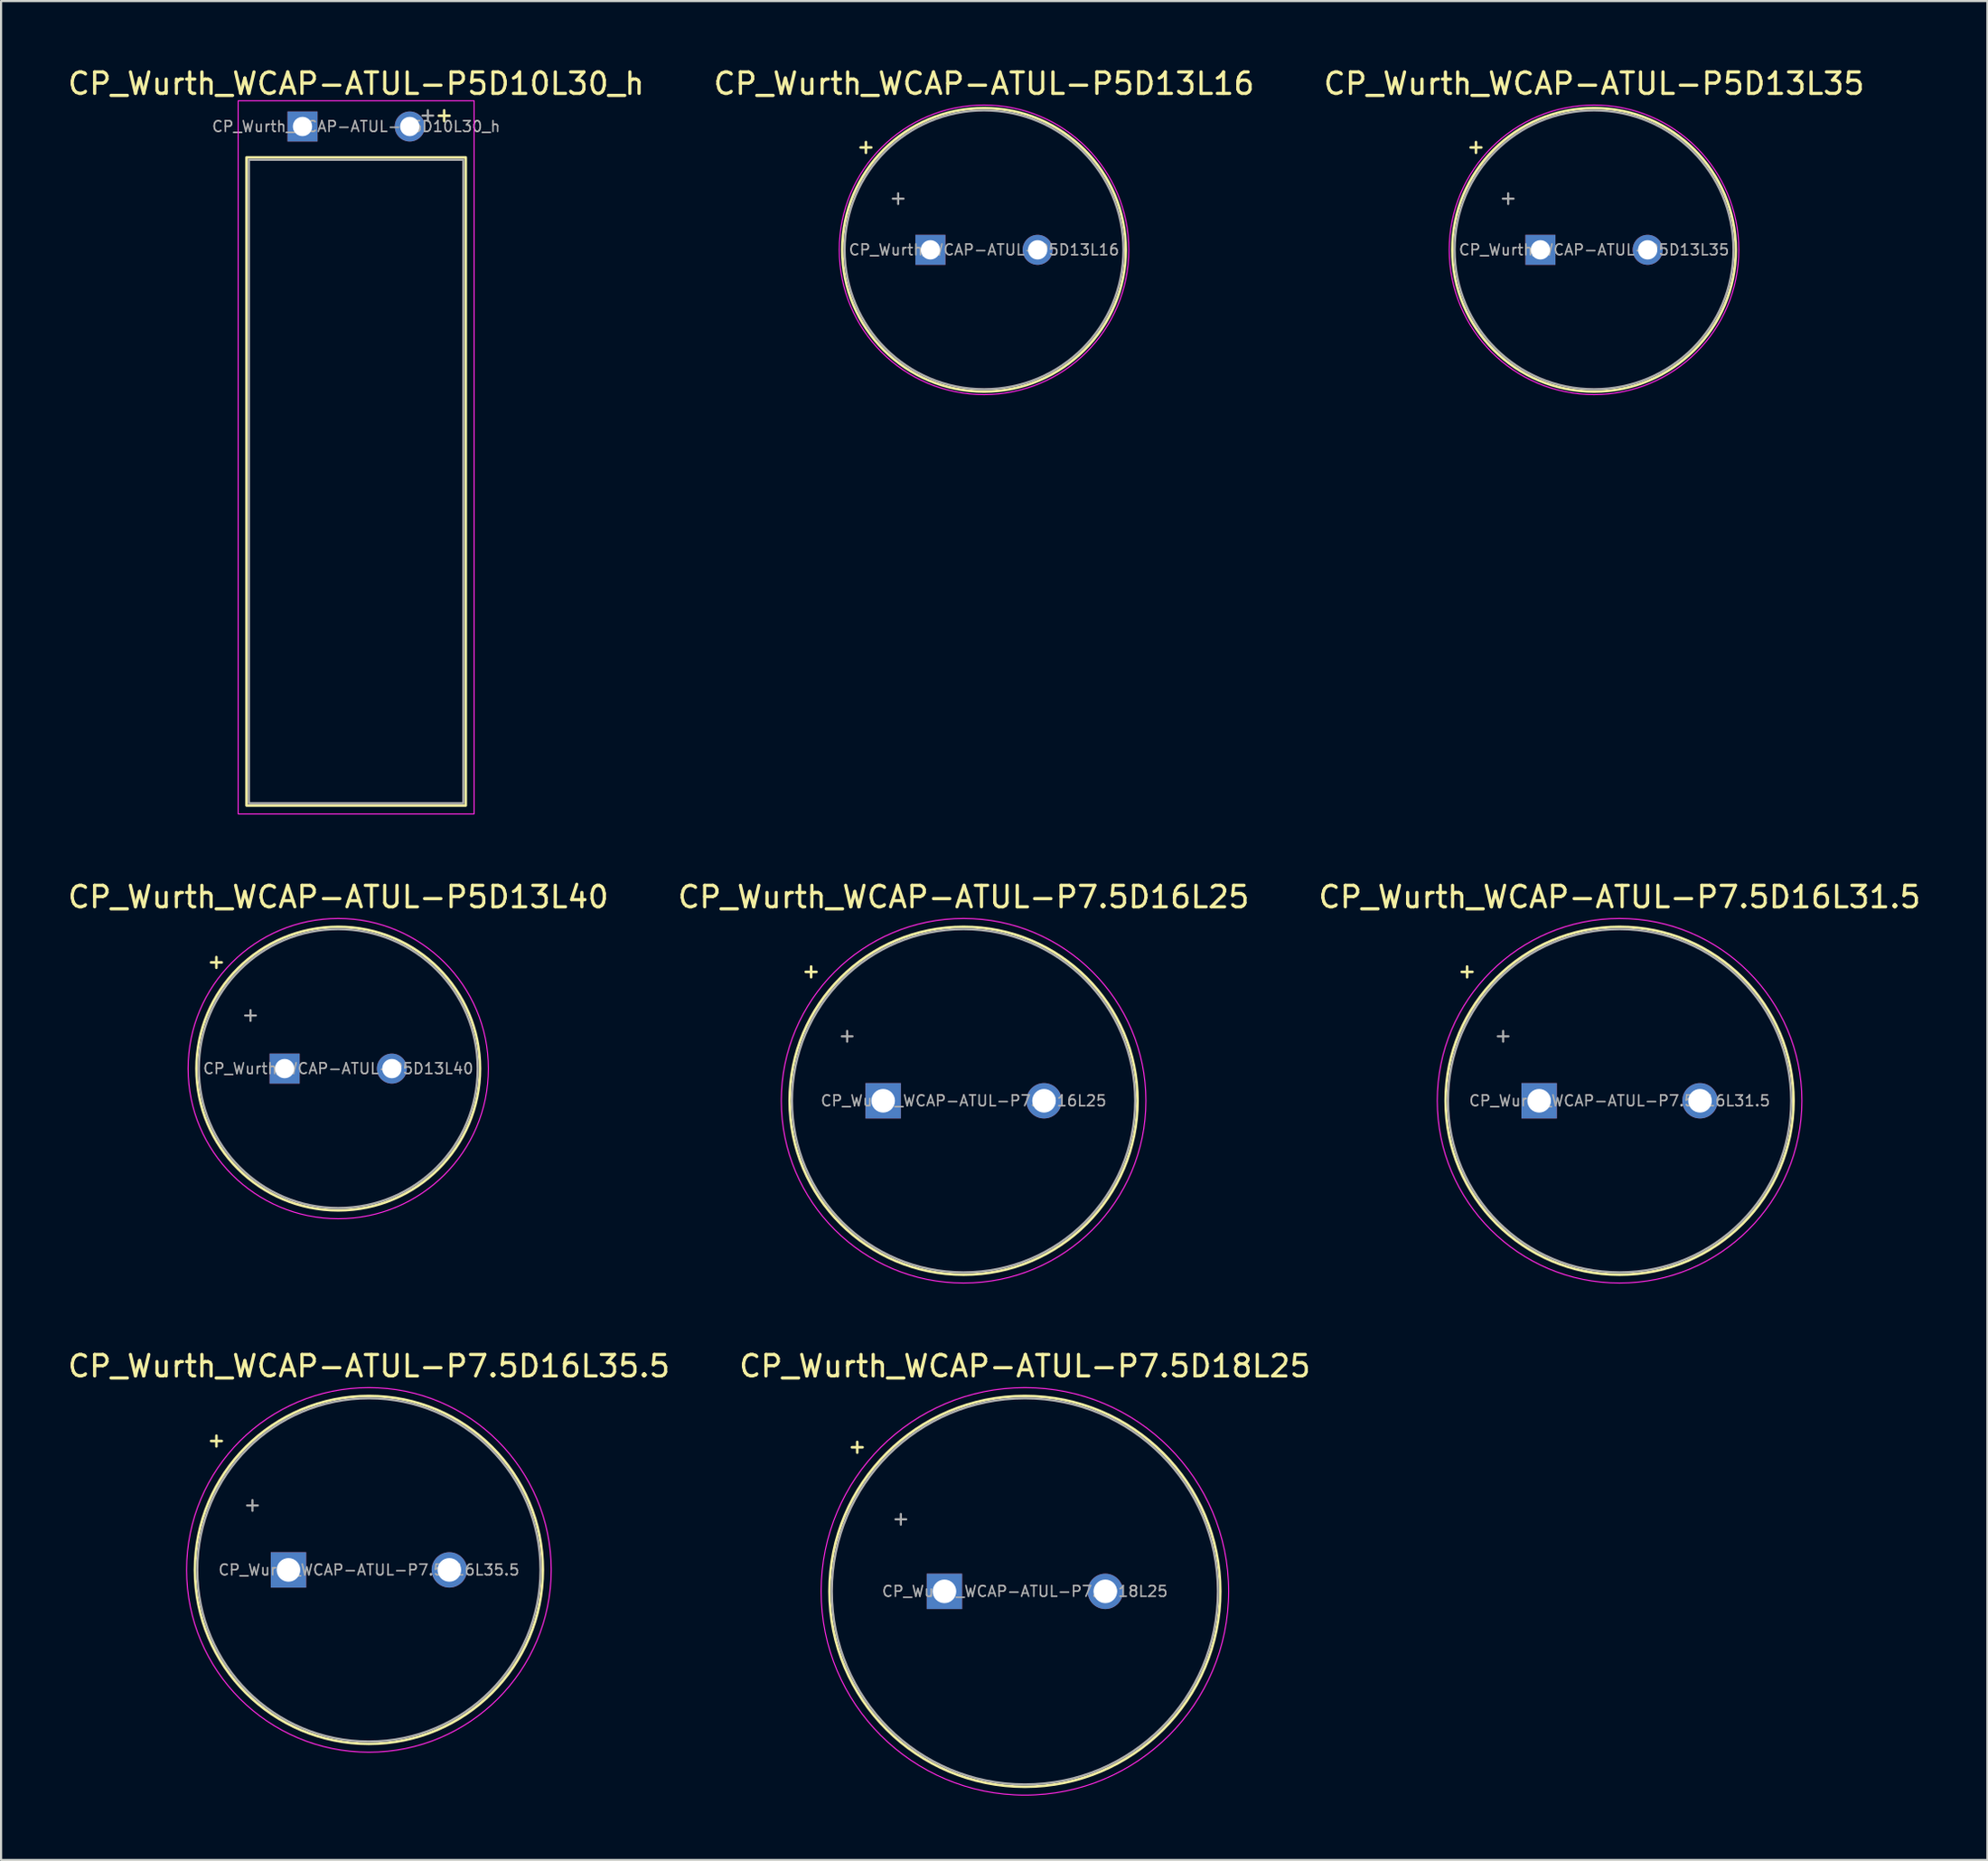
<source format=kicad_pcb>
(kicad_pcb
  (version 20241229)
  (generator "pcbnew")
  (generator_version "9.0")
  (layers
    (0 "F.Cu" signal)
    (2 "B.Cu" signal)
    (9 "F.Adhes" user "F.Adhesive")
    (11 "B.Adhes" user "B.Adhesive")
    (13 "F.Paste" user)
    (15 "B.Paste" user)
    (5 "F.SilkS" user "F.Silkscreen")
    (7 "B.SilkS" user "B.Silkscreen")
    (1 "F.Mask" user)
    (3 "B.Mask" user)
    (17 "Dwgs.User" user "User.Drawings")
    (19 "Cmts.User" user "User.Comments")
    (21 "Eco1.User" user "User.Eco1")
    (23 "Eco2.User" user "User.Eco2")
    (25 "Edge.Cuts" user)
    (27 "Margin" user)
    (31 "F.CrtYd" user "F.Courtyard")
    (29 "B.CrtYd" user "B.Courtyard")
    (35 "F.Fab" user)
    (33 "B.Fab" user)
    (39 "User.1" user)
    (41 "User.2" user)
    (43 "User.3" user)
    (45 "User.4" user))
  (footprint "CP_Wurth_WCAP-ATUL-P7.5D18L25"
    (layer "F.Cu")
    (at 40.982 71.145)
    (property "Reference" "CP_Wurth_WCAP-ATUL-P7.5D18L25" (at 3.75 -10.5 0) (unlocked yes) (layer "F.SilkS") (effects (font (size 1 1) (thickness 0.15))))
    (attr through_hole)
    (fp_line (start -4.316 -6.718) (end -3.816 -6.718) (stroke (width 0.12) (type solid)) (layer "F.SilkS"))
    (fp_line (start -4.066 -6.468) (end -4.066 -6.968) (stroke (width 0.12) (type solid)) (layer "F.SilkS"))
    (fp_circle (center 3.75 0) (end 12.86 0) (stroke (width 0.12) (type solid)) (fill no) (layer "F.SilkS"))
    (fp_circle (center 3.75 0) (end 13.25 0) (stroke (width 0.05) (type solid)) (fill no) (layer "F.CrtYd"))
    (fp_line (start -2.283 -3.359) (end -1.783 -3.359) (stroke (width 0.1) (type default)) (layer "F.Fab"))
    (fp_line (start -2.033 -3.109) (end -2.033 -3.609) (stroke (width 0.1) (type default)) (layer "F.Fab"))
    (fp_circle (center 3.75 0) (end 12.75 0) (stroke (width 0.1) (type solid)) (fill no) (layer "F.Fab"))
    (fp_text user "${REFERENCE}" (at 3.75 0 0) (unlocked yes) (layer "F.Fab") (effects (font (size 0.5 0.5) (thickness 0.075))))
    (pad "1" thru_hole rect (at 0 0) (size 1.65 1.65) (drill 1.1) (layers "*.Cu" "*.Mask"))
    (pad "2" thru_hole circle (at 7.5 0) (size 1.65 1.65) (drill 1.1) (layers "*.Cu" "*.Mask")))
  (footprint "CP_Wurth_WCAP-ATUL-P7.5D16L31.5"
    (layer "F.Cu")
    (at 68.708 48.272)
    (property "Reference" "CP_Wurth_WCAP-ATUL-P7.5D16L31.5" (at 3.75 -9.5 0) (unlocked yes) (layer "F.SilkS") (effects (font (size 1 1) (thickness 0.15))))
    (attr through_hole)
    (fp_line (start -3.609 -6.01) (end -3.109 -6.01) (stroke (width 0.12) (type solid)) (layer "F.SilkS"))
    (fp_line (start -3.359 -5.76) (end -3.359 -6.26) (stroke (width 0.12) (type solid)) (layer "F.SilkS"))
    (fp_circle (center 3.75 0) (end 11.86 0) (stroke (width 0.12) (type solid)) (fill no) (layer "F.SilkS"))
    (fp_circle (center 3.75 0) (end 12.25 0) (stroke (width 0.05) (type solid)) (fill no) (layer "F.CrtYd"))
    (fp_line (start -1.929 -3.005) (end -1.429 -3.005) (stroke (width 0.1) (type default)) (layer "F.Fab"))
    (fp_line (start -1.679 -2.755) (end -1.679 -3.255) (stroke (width 0.1) (type default)) (layer "F.Fab"))
    (fp_circle (center 3.75 0) (end 11.75 0) (stroke (width 0.1) (type solid)) (fill no) (layer "F.Fab"))
    (fp_text user "${REFERENCE}" (at 3.75 0 0) (unlocked yes) (layer "F.Fab") (effects (font (size 0.5 0.5) (thickness 0.075))))
    (pad "1" thru_hole rect (at 0 0) (size 1.65 1.65) (drill 1.1) (layers "*.Cu" "*.Mask"))
    (pad "2" thru_hole circle (at 7.5 0) (size 1.65 1.65) (drill 1.1) (layers "*.Cu" "*.Mask")))
  (footprint "CP_Wurth_WCAP-ATUL-P7.5D16L35.5"
    (layer "F.Cu")
    (at 10.399 70.145)
    (property "Reference" "CP_Wurth_WCAP-ATUL-P7.5D16L35.5" (at 3.75 -9.5 0) (unlocked yes) (layer "F.SilkS") (effects (font (size 1 1) (thickness 0.15))))
    (attr through_hole)
    (fp_line (start -3.609 -6.01) (end -3.109 -6.01) (stroke (width 0.12) (type solid)) (layer "F.SilkS"))
    (fp_line (start -3.359 -5.76) (end -3.359 -6.26) (stroke (width 0.12) (type solid)) (layer "F.SilkS"))
    (fp_circle (center 3.75 0) (end 11.86 0) (stroke (width 0.12) (type solid)) (fill no) (layer "F.SilkS"))
    (fp_circle (center 3.75 0) (end 12.25 0) (stroke (width 0.05) (type solid)) (fill no) (layer "F.CrtYd"))
    (fp_line (start -1.929 -3.005) (end -1.429 -3.005) (stroke (width 0.1) (type default)) (layer "F.Fab"))
    (fp_line (start -1.679 -2.755) (end -1.679 -3.255) (stroke (width 0.1) (type default)) (layer "F.Fab"))
    (fp_circle (center 3.75 0) (end 11.75 0) (stroke (width 0.1) (type solid)) (fill no) (layer "F.Fab"))
    (fp_text user "${REFERENCE}" (at 3.75 0 0) (unlocked yes) (layer "F.Fab") (effects (font (size 0.5 0.5) (thickness 0.075))))
    (pad "1" thru_hole rect (at 0 0) (size 1.65 1.65) (drill 1.1) (layers "*.Cu" "*.Mask"))
    (pad "2" thru_hole circle (at 7.5 0) (size 1.65 1.65) (drill 1.1) (layers "*.Cu" "*.Mask")))
  (footprint "CP_Wurth_WCAP-ATUL-P5D13L35"
    (layer "F.Cu")
    (at 68.768 8.598)
    (property "Reference" "CP_Wurth_WCAP-ATUL-P5D13L35" (at 2.5 -7.75 0) (unlocked yes) (layer "F.SilkS") (effects (font (size 1 1) (thickness 0.15))))
    (attr through_hole)
    (fp_line (start -3.255 -4.773) (end -2.755 -4.773) (stroke (width 0.12) (type solid)) (layer "F.SilkS"))
    (fp_line (start -3.005 -4.523) (end -3.005 -5.023) (stroke (width 0.12) (type solid)) (layer "F.SilkS"))
    (fp_circle (center 2.5 0) (end 9.11 0) (stroke (width 0.12) (type solid)) (fill no) (layer "F.SilkS"))
    (fp_circle (center 2.5 0) (end 9.25 0) (stroke (width 0.05) (type solid)) (fill no) (layer "F.CrtYd"))
    (fp_line (start -1.753 -2.386) (end -1.253 -2.386) (stroke (width 0.1) (type default)) (layer "F.Fab"))
    (fp_line (start -1.503 -2.136) (end -1.503 -2.636) (stroke (width 0.1) (type default)) (layer "F.Fab"))
    (fp_circle (center 2.5 0) (end 9 0) (stroke (width 0.1) (type solid)) (fill no) (layer "F.Fab"))
    (fp_text user "${REFERENCE}" (at 2.5 0 0) (unlocked yes) (layer "F.Fab") (effects (font (size 0.5 0.5) (thickness 0.075))))
    (pad "1" thru_hole rect (at 0 0) (size 1.4 1.4) (drill 0.9) (layers "*.Cu" "*.Mask"))
    (pad "2" thru_hole circle (at 5 0) (size 1.4 1.4) (drill 0.9) (layers "*.Cu" "*.Mask")))
  (footprint "CP_Wurth_WCAP-ATUL-P5D10L30_h"
    (layer "F.Cu")
    (at 11.054 2.848)
    (property "Reference" "CP_Wurth_WCAP-ATUL-P5D10L30_h" (at 2.5 -2 0) (unlocked yes) (layer "F.SilkS") (effects (font (size 1 1) (thickness 0.15))))
    (attr through_hole)
    (fp_line (start 6.354 -0.504) (end 6.854 -0.504) (stroke (width 0.12) (type solid)) (layer "F.SilkS"))
    (fp_line (start 6.604 -0.254) (end 6.604 -0.754) (stroke (width 0.12) (type solid)) (layer "F.SilkS"))
    (fp_rect (start -2.61 1.44) (end 7.61 31.66) (stroke (width 0.12) (type default)) (fill no) (layer "F.SilkS"))
    (fp_rect (start -3 -1.2) (end 8 32.05) (stroke (width 0.05) (type default)) (fill no) (layer "F.CrtYd"))
    (fp_line (start 5.592 -0.508) (end 6.092 -0.508) (stroke (width 0.1) (type default)) (layer "F.Fab"))
    (fp_line (start 5.842 -0.258) (end 5.842 -0.758) (stroke (width 0.1) (type default)) (layer "F.Fab"))
    (fp_rect (start -2.5 1.55) (end 7.5 31.55) (stroke (width 0.1) (type default)) (fill no) (layer "F.Fab"))
    (fp_text user "${REFERENCE}" (at 2.5 0 0) (unlocked yes) (layer "F.Fab") (effects (font (size 0.5 0.5) (thickness 0.075))))
    (pad "1" thru_hole rect (at 0 0) (size 1.4 1.4) (drill 0.9) (layers "*.Cu" "*.Mask"))
    (pad "2" thru_hole circle (at 5 0) (size 1.4 1.4) (drill 0.9) (layers "*.Cu" "*.Mask")))
  (footprint "CP_Wurth_WCAP-ATUL-P5D13L16"
    (layer "F.Cu")
    (at 40.327 8.598)
    (property "Reference" "CP_Wurth_WCAP-ATUL-P5D13L16" (at 2.5 -7.75 0) (unlocked yes) (layer "F.SilkS") (effects (font (size 1 1) (thickness 0.15))))
    (attr through_hole)
    (fp_line (start -3.255 -4.773) (end -2.755 -4.773) (stroke (width 0.12) (type solid)) (layer "F.SilkS"))
    (fp_line (start -3.005 -4.523) (end -3.005 -5.023) (stroke (width 0.12) (type solid)) (layer "F.SilkS"))
    (fp_circle (center 2.5 0) (end 9.11 0) (stroke (width 0.12) (type solid)) (fill no) (layer "F.SilkS"))
    (fp_circle (center 2.5 0) (end 9.25 0) (stroke (width 0.05) (type solid)) (fill no) (layer "F.CrtYd"))
    (fp_line (start -1.753 -2.386) (end -1.253 -2.386) (stroke (width 0.1) (type default)) (layer "F.Fab"))
    (fp_line (start -1.503 -2.136) (end -1.503 -2.636) (stroke (width 0.1) (type default)) (layer "F.Fab"))
    (fp_circle (center 2.5 0) (end 9 0) (stroke (width 0.1) (type solid)) (fill no) (layer "F.Fab"))
    (fp_text user "${REFERENCE}" (at 2.5 0 0) (unlocked yes) (layer "F.Fab") (effects (font (size 0.5 0.5) (thickness 0.075))))
    (pad "1" thru_hole rect (at 0 0) (size 1.4 1.4) (drill 0.9) (layers "*.Cu" "*.Mask"))
    (pad "2" thru_hole circle (at 5 0) (size 1.4 1.4) (drill 0.9) (layers "*.Cu" "*.Mask")))
  (footprint "CP_Wurth_WCAP-ATUL-P5D13L40"
    (layer "F.Cu")
    (at 10.22 46.772)
    (property "Reference" "CP_Wurth_WCAP-ATUL-P5D13L40" (at 2.5 -8 0) (unlocked yes) (layer "F.SilkS") (effects (font (size 1 1) (thickness 0.15))))
    (attr through_hole)
    (fp_line (start -3.432 -4.95) (end -2.932 -4.95) (stroke (width 0.12) (type solid)) (layer "F.SilkS"))
    (fp_line (start -3.182 -4.7) (end -3.182 -5.2) (stroke (width 0.12) (type solid)) (layer "F.SilkS"))
    (fp_circle (center 2.5 0) (end 9.11 0) (stroke (width 0.12) (type solid)) (fill no) (layer "F.SilkS"))
    (fp_circle (center 2.5 0) (end 9.5 0) (stroke (width 0.05) (type solid)) (fill no) (layer "F.CrtYd"))
    (fp_line (start -1.841 -2.475) (end -1.341 -2.475) (stroke (width 0.1) (type default)) (layer "F.Fab"))
    (fp_line (start -1.591 -2.225) (end -1.591 -2.725) (stroke (width 0.1) (type default)) (layer "F.Fab"))
    (fp_circle (center 2.5 0) (end 9 0) (stroke (width 0.1) (type solid)) (fill no) (layer "F.Fab"))
    (fp_text user "${REFERENCE}" (at 2.5 0 0) (unlocked yes) (layer "F.Fab") (effects (font (size 0.5 0.5) (thickness 0.075))))
    (pad "1" thru_hole rect (at 0 0) (size 1.4 1.4) (drill 0.9) (layers "*.Cu" "*.Mask"))
    (pad "2" thru_hole circle (at 5 0) (size 1.4 1.4) (drill 0.9) (layers "*.Cu" "*.Mask")))
  (footprint "CP_Wurth_WCAP-ATUL-P7.5D16L25"
    (layer "F.Cu")
    (at 38.125 48.272)
    (property "Reference" "CP_Wurth_WCAP-ATUL-P7.5D16L25" (at 3.75 -9.5 0) (unlocked yes) (layer "F.SilkS") (effects (font (size 1 1) (thickness 0.15))))
    (attr through_hole)
    (fp_line (start -3.609 -6.01) (end -3.109 -6.01) (stroke (width 0.12) (type solid)) (layer "F.SilkS"))
    (fp_line (start -3.359 -5.76) (end -3.359 -6.26) (stroke (width 0.12) (type solid)) (layer "F.SilkS"))
    (fp_circle (center 3.75 0) (end 11.86 0) (stroke (width 0.12) (type solid)) (fill no) (layer "F.SilkS"))
    (fp_circle (center 3.75 0) (end 12.25 0) (stroke (width 0.05) (type solid)) (fill no) (layer "F.CrtYd"))
    (fp_line (start -1.929 -3.005) (end -1.429 -3.005) (stroke (width 0.1) (type default)) (layer "F.Fab"))
    (fp_line (start -1.679 -2.755) (end -1.679 -3.255) (stroke (width 0.1) (type default)) (layer "F.Fab"))
    (fp_circle (center 3.75 0) (end 11.75 0) (stroke (width 0.1) (type solid)) (fill no) (layer "F.Fab"))
    (fp_text user "${REFERENCE}" (at 3.75 0 0) (unlocked yes) (layer "F.Fab") (effects (font (size 0.5 0.5) (thickness 0.075))))
    (pad "1" thru_hole rect (at 0 0) (size 1.65 1.65) (drill 1.1) (layers "*.Cu" "*.Mask"))
    (pad "2" thru_hole circle (at 7.5 0) (size 1.65 1.65) (drill 1.1) (layers "*.Cu" "*.Mask")))
  (gr_rect
    (start -3 -3)
    (end 89.607 83.67)
    (stroke (width 0.1) (type default))
    (fill no)
    (layer "Edge.Cuts")))
</source>
